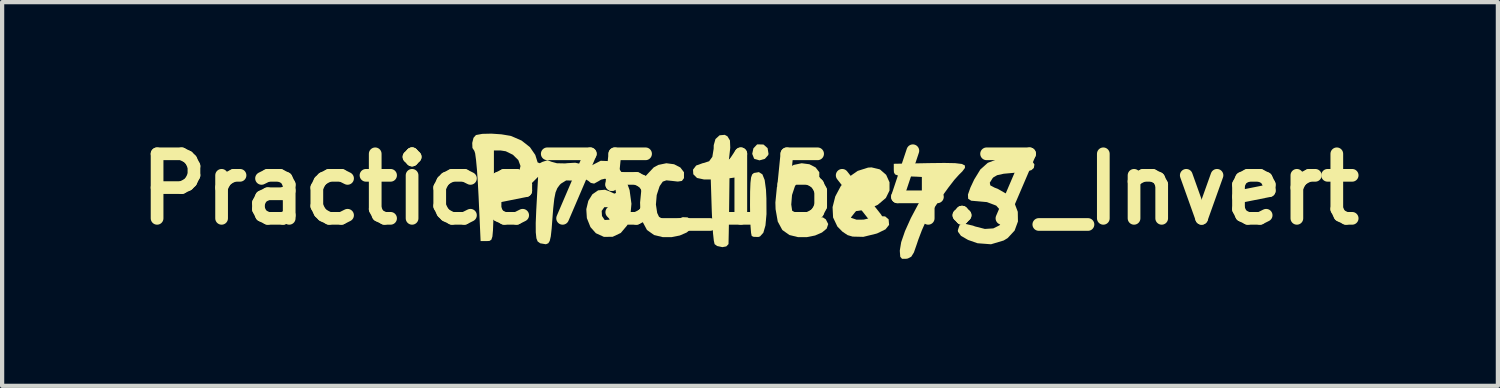
<source format=kicad_pcb>
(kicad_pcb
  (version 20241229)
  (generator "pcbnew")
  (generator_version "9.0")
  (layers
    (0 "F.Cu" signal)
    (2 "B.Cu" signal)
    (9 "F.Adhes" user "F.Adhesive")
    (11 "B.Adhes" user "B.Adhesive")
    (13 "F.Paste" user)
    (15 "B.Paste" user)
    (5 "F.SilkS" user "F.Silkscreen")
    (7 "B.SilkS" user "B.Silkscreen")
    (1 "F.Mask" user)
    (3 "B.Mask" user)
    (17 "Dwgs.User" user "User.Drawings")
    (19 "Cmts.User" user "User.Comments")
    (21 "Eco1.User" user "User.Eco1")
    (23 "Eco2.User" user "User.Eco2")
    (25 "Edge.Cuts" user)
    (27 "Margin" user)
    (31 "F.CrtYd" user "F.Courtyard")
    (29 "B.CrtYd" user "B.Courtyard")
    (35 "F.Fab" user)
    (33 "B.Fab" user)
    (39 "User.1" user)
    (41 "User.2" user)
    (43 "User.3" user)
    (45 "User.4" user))
  (footprint "Practice75_15x4.7_Invert"
    (layer "F.Cu")
    (at 14.667 1.418)
    (property "Reference" "Practice75_15x4.7_Invert" (at 0 0 0) (layer "F.SilkS") (effects (font (size 1.524 1.524) (thickness 0.3))))
    (attr through_hole)
    (fp_poly (pts (xy 0.318 -1.054) (xy 0.415 -0.969) (xy 0.437 -0.835) (xy 0.43 -0.805) (xy 0.351 -0.716) (xy 0.224 -0.68) (xy 0.107 -0.713) (xy 0.095 -0.723) (xy 0.052 -0.834) (xy 0.08 -0.964) (xy 0.163 -1.052) (xy 0.178 -1.058)) (stroke (width 0) (type solid)) (fill yes) (layer "F.SilkS"))
    (fp_poly (pts (xy 0.292 -0.35) (xy 0.346 -0.216) (xy 0.377 0.013) (xy 0.387 0.218) (xy 0.389 0.589) (xy 0.365 0.856) (xy 0.315 1.029) (xy 0.236 1.117) (xy 0.194 1.13) (xy 0.082 1.126) (xy 0.04 1.106) (xy 0.025 1.036) (xy 0.012 0.876) (xy 0.003 0.648) (xy 0.000012 0.377) (xy 0 0.36) (xy 0.002 0.059) (xy 0.01 -0.147) (xy 0.025 -0.276) (xy 0.051 -0.348) (xy 0.09 -0.38) (xy 0.093 -0.382) (xy 0.21 -0.402)) (stroke (width 0) (type solid)) (fill yes) (layer "F.SilkS"))
    (fp_poly (pts (xy -1.794 -0.588) (xy -1.646 -0.512) (xy -1.56 -0.399) (xy -1.56 -0.262) (xy -1.562 -0.257) (xy -1.609 -0.194) (xy -1.706 -0.179) (xy -1.826 -0.193) (xy -1.976 -0.208) (xy -2.061 -0.178) (xy -2.128 -0.082) (xy -2.139 -0.06) (xy -2.204 0.139) (xy -2.223 0.363) (xy -2.193 0.562) (xy -2.15 0.653) (xy -2.037 0.72) (xy -1.859 0.731) (xy -1.651 0.686) (xy -1.591 0.662) (xy -1.475 0.667) (xy -1.406 0.714) (xy -1.349 0.825) (xy -1.386 0.932) (xy -1.496 1.024) (xy -1.659 1.095) (xy -1.855 1.134) (xy -2.064 1.133) (xy -2.265 1.084) (xy -2.266 1.084) (xy -2.434 0.965) (xy -2.541 0.765) (xy -2.592 0.475) (xy -2.597 0.316) (xy -2.561 -0.047) (xy -2.453 -0.324) (xy -2.275 -0.513) (xy -2.167 -0.572) (xy -1.976 -0.612)) (stroke (width 0) (type solid)) (fill yes) (layer "F.SilkS"))
    (fp_poly (pts (xy 1.403 -0.588) (xy 1.55 -0.512) (xy 1.637 -0.399) (xy 1.636 -0.262) (xy 1.635 -0.257) (xy 1.587 -0.194) (xy 1.49 -0.179) (xy 1.371 -0.193) (xy 1.22 -0.208) (xy 1.135 -0.178) (xy 1.069 -0.082) (xy 1.058 -0.06) (xy 0.992 0.139) (xy 0.974 0.363) (xy 1.003 0.562) (xy 1.046 0.653) (xy 1.16 0.72) (xy 1.338 0.731) (xy 1.545 0.686) (xy 1.605 0.662) (xy 1.722 0.667) (xy 1.791 0.714) (xy 1.847 0.825) (xy 1.811 0.932) (xy 1.7 1.024) (xy 1.537 1.095) (xy 1.341 1.134) (xy 1.132 1.133) (xy 0.932 1.084) (xy 0.931 1.084) (xy 0.763 0.965) (xy 0.655 0.765) (xy 0.604 0.475) (xy 0.599 0.316) (xy 0.635 -0.047) (xy 0.743 -0.324) (xy 0.921 -0.513) (xy 1.03 -0.572) (xy 1.22 -0.612)) (stroke (width 0) (type solid)) (fill yes) (layer "F.SilkS"))
    (fp_poly (pts (xy -0.533 -1.248) (xy -0.474 -1.15) (xy -0.467 -0.98) (xy -0.472 -0.933) (xy -0.499 -0.691) (xy -0.292 -0.674) (xy -0.155 -0.652) (xy -0.097 -0.599) (xy -0.086 -0.485) (xy -0.099 -0.367) (xy -0.164 -0.311) (xy -0.285 -0.285) (xy -0.485 -0.257) (xy -0.494 0.485) (xy -0.498 0.769) (xy -0.502 1.015) (xy -0.506 1.197) (xy -0.508 1.293) (xy -0.509 1.299) (xy -0.561 1.353) (xy -0.653 1.37) (xy -0.778 1.343) (xy -0.837 1.299) (xy -0.855 1.217) (xy -0.874 1.045) (xy -0.89 0.808) (xy -0.903 0.53) (xy -0.904 0.499) (xy -0.927 -0.228) (xy -1.084 -0.228) (xy -1.252 -0.264) (xy -1.34 -0.352) (xy -1.347 -0.46) (xy -1.272 -0.558) (xy -1.113 -0.615) (xy -1.099 -0.617) (xy -0.966 -0.659) (xy -0.89 -0.764) (xy -0.859 -0.953) (xy -0.857 -1.04) (xy -0.816 -1.184) (xy -0.719 -1.272) (xy -0.597 -1.283)) (stroke (width 0) (type solid)) (fill yes) (layer "F.SilkS"))
    (fp_poly (pts (xy 4.845 -0.614) (xy 5.002 -0.595) (xy 5.076 -0.559) (xy 5.077 -0.501) (xy 5.014 -0.418) (xy 4.938 -0.343) (xy 4.827 -0.22) (xy 4.679 -0.028) (xy 4.513 0.203) (xy 4.351 0.444) (xy 4.212 0.664) (xy 4.136 0.799) (xy 4.059 0.972) (xy 3.976 1.191) (xy 3.935 1.313) (xy 3.871 1.496) (xy 3.809 1.596) (xy 3.729 1.638) (xy 3.688 1.645) (xy 3.591 1.646) (xy 3.549 1.598) (xy 3.539 1.471) (xy 3.539 1.443) (xy 3.571 1.252) (xy 3.661 0.991) (xy 3.799 0.684) (xy 3.974 0.354) (xy 4.135 0.087) (xy 4.238 -0.078) (xy 4.311 -0.201) (xy 4.338 -0.256) (xy 4.285 -0.269) (xy 4.145 -0.283) (xy 3.944 -0.294) (xy 3.867 -0.297) (xy 3.636 -0.307) (xy 3.497 -0.321) (xy 3.426 -0.348) (xy 3.4 -0.395) (xy 3.396 -0.457) (xy 3.396 -0.599) (xy 4.238 -0.615) (xy 4.593 -0.619)) (stroke (width 0) (type solid)) (fill yes) (layer "F.SilkS"))
    (fp_poly (pts (xy 3.07 -0.465) (xy 3.216 -0.338) (xy 3.295 -0.162) (xy 3.295 0.033) (xy 3.209 0.208) (xy 3.017 0.371) (xy 2.766 0.48) (xy 2.543 0.514) (xy 2.393 0.532) (xy 2.341 0.591) (xy 2.34 0.598) (xy 2.39 0.678) (xy 2.515 0.721) (xy 2.683 0.72) (xy 2.804 0.691) (xy 3.03 0.635) (xy 3.192 0.644) (xy 3.274 0.713) (xy 3.285 0.844) (xy 3.201 0.949) (xy 3.013 1.041) (xy 2.982 1.052) (xy 2.676 1.127) (xy 2.424 1.121) (xy 2.305 1.086) (xy 2.186 1.007) (xy 2.065 0.885) (xy 2.063 0.882) (xy 1.962 0.669) (xy 1.95 0.425) (xy 2.014 0.172) (xy 2.065 0.076) (xy 2.533 0.076) (xy 2.536 0.107) (xy 2.587 0.112) (xy 2.723 0.087) (xy 2.801 0.055) (xy 2.889 -0.014) (xy 2.911 -0.059) (xy 2.871 -0.11) (xy 2.772 -0.096) (xy 2.642 -0.021) (xy 2.618 -0.002) (xy 2.533 0.076) (xy 2.065 0.076) (xy 2.143 -0.07) (xy 2.323 -0.278) (xy 2.543 -0.431) (xy 2.789 -0.509) (xy 2.871 -0.514)) (stroke (width 0) (type solid)) (fill yes) (layer "F.SilkS"))
    (fp_poly (pts (xy 6.496 -0.725) (xy 6.657 -0.673) (xy 6.718 -0.583) (xy 6.704 -0.5) (xy 6.647 -0.449) (xy 6.508 -0.413) (xy 6.274 -0.389) (xy 6.238 -0.386) (xy 5.993 -0.364) (xy 5.838 -0.33) (xy 5.748 -0.278) (xy 5.727 -0.254) (xy 5.664 -0.152) (xy 5.676 -0.089) (xy 5.778 -0.035) (xy 5.848 -0.009) (xy 6.082 0.125) (xy 6.242 0.314) (xy 6.325 0.535) (xy 6.329 0.764) (xy 6.25 0.979) (xy 6.086 1.156) (xy 5.992 1.213) (xy 5.693 1.302) (xy 5.375 1.278) (xy 5.151 1.2) (xy 4.983 1.103) (xy 4.913 1.006) (xy 4.909 0.971) (xy 4.948 0.854) (xy 5.067 0.817) (xy 5.266 0.862) (xy 5.316 0.881) (xy 5.548 0.94) (xy 5.747 0.927) (xy 5.893 0.855) (xy 5.97 0.732) (xy 5.957 0.569) (xy 5.943 0.534) (xy 5.815 0.389) (xy 5.596 0.306) (xy 5.362 0.285) (xy 5.224 0.273) (xy 5.153 0.227) (xy 5.148 0.128) (xy 5.206 -0.037) (xy 5.296 -0.228) (xy 5.442 -0.466) (xy 5.617 -0.622) (xy 5.846 -0.709) (xy 6.152 -0.741) (xy 6.229 -0.742)) (stroke (width 0) (type solid)) (fill yes) (layer "F.SilkS"))
    (fp_poly (pts (xy -5.873 -1.295) (xy -5.664 -1.26) (xy -5.638 -1.253) (xy -5.397 -1.148) (xy -5.199 -0.992) (xy -5.073 -0.809) (xy -5.052 -0.743) (xy -5.017 -0.631) (xy -4.966 -0.612) (xy -4.905 -0.644) (xy -4.782 -0.683) (xy -4.691 -0.647) (xy -4.562 -0.612) (xy -4.368 -0.608) (xy -4.311 -0.614) (xy -4.129 -0.624) (xy -4.022 -0.6) (xy -3.961 -0.544) (xy -3.904 -0.482) (xy -3.844 -0.486) (xy -3.739 -0.561) (xy -3.734 -0.564) (xy -3.528 -0.67) (xy -3.327 -0.662) (xy -3.138 -0.542) (xy -3.124 -0.527) (xy -2.954 -0.281) (xy -2.845 0.022) (xy -2.801 0.346) (xy -2.829 0.653) (xy -2.903 0.857) (xy -3.053 1.035) (xy -3.244 1.125) (xy -3.45 1.128) (xy -3.641 1.041) (xy -3.769 0.897) (xy -3.854 0.685) (xy -3.865 0.514) (xy -3.504 0.514) (xy -3.497 0.634) (xy -3.433 0.729) (xy -3.331 0.723) (xy -3.265 0.674) (xy -3.2 0.558) (xy -3.243 0.463) (xy -3.318 0.426) (xy -3.442 0.427) (xy -3.504 0.514) (xy -3.865 0.514) (xy -3.867 0.472) (xy -3.82 0.277) (xy -3.724 0.122) (xy -3.588 0.028) (xy -3.425 0.014) (xy -3.32 0.052) (xy -3.205 0.106) (xy -3.166 0.09) (xy -3.18 -0.002) (xy -3.25 -0.126) (xy -3.325 -0.198) (xy -3.424 -0.247) (xy -3.519 -0.224) (xy -3.576 -0.189) (xy -3.683 -0.131) (xy -3.76 -0.147) (xy -3.82 -0.196) (xy -3.919 -0.255) (xy -3.966 -0.23) (xy -4.047 -0.194) (xy -4.186 -0.202) (xy -4.343 -0.206) (xy -4.466 -0.13) (xy -4.494 -0.102) (xy -4.552 -0.024) (xy -4.594 0.078) (xy -4.624 0.229) (xy -4.649 0.454) (xy -4.665 0.658) (xy -4.686 0.934) (xy -4.706 1.115) (xy -4.731 1.223) (xy -4.765 1.278) (xy -4.814 1.299) (xy -4.828 1.301) (xy -4.957 1.279) (xy -5.017 1.235) (xy -5.046 1.161) (xy -5.061 1.021) (xy -5.062 0.799) (xy -5.049 0.48) (xy -5.046 0.43) (xy -5.006 -0.291) (xy -5.202 -0.095) (xy -5.402 0.059) (xy -5.653 0.156) (xy -5.722 0.173) (xy -6.046 0.246) (xy -6.063 0.736) (xy -6.072 0.973) (xy -6.085 1.118) (xy -6.11 1.194) (xy -6.154 1.223) (xy -6.222 1.227) (xy -6.364 1.227) (xy -6.412 0.171) (xy -6.43 -0.163) (xy -6.45 -0.456) (xy -6.472 -0.689) (xy -6.493 -0.845) (xy -6.512 -0.904) (xy -6.518 -0.913) (xy -6.05 -0.913) (xy -6.05 -0.156) (xy -5.843 -0.19) (xy -5.673 -0.239) (xy -5.537 -0.314) (xy -5.53 -0.32) (xy -5.445 -0.446) (xy -5.422 -0.547) (xy -5.473 -0.686) (xy -5.601 -0.812) (xy -5.77 -0.895) (xy -5.887 -0.913) (xy -6.05 -0.913) (xy -6.518 -0.913) (xy -6.557 -0.972) (xy -6.562 -1.092) (xy -6.532 -1.212) (xy -6.474 -1.278) (xy -6.324 -1.306) (xy -6.108 -1.311)) (stroke (width 0) (type solid)) (fill yes) (layer "F.SilkS")))
  (gr_rect
    (start -3 -3)
    (end 32.333 6.064)
    (stroke (width 0.1) (type default))
    (fill no)
    (layer "Edge.Cuts")))
</source>
